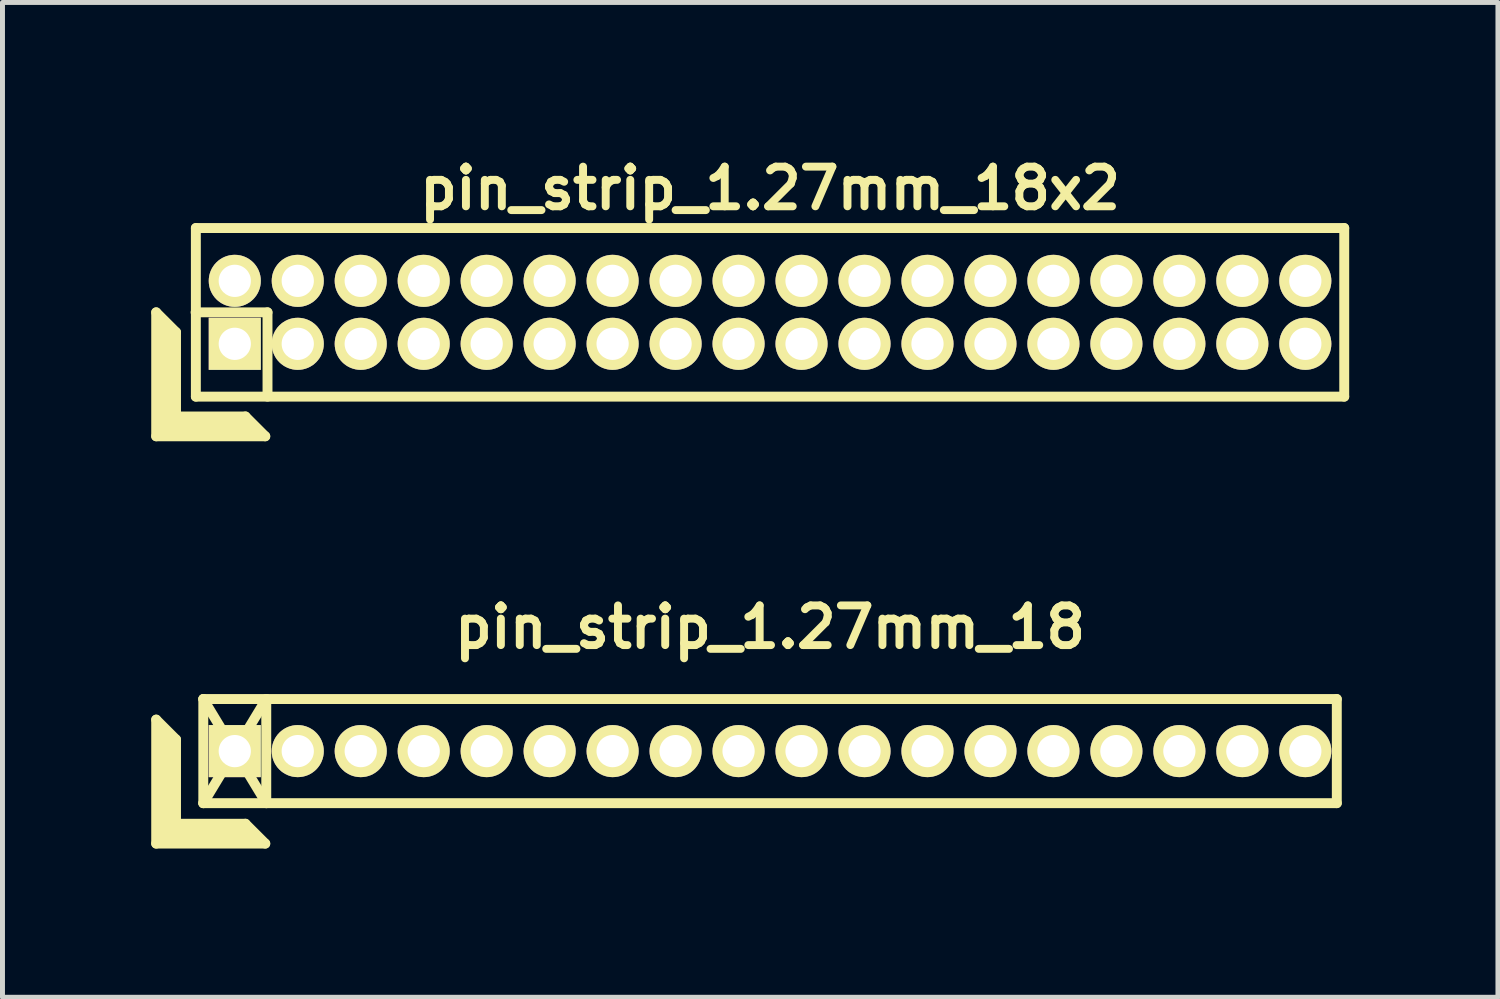
<source format=kicad_pcb>
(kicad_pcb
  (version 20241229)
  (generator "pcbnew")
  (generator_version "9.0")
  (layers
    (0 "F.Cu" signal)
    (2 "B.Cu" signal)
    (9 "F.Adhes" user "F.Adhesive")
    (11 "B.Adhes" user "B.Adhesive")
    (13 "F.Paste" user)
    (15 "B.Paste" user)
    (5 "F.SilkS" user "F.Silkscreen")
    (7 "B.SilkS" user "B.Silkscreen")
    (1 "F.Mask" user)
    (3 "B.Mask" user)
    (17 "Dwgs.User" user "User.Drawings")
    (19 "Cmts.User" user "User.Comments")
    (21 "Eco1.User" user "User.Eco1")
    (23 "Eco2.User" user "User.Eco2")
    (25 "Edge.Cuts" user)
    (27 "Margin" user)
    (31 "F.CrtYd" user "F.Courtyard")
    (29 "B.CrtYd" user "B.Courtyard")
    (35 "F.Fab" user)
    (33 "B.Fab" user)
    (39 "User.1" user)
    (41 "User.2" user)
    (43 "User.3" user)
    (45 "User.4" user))
  (footprint "pin_strip_1.27mm_18"
    (layer "F.Cu")
    (at 12.48 12.098)
    (property "Reference" "pin_strip_1.27mm_18" (at 0 -2.5 0) (layer "F.SilkS") (effects (font (size 0.8 0.8) (thickness 0.16))))
    (attr through_hole)
    (fp_line (start -12.38 -0.635) (end -12.38 1.865) (stroke (width 0.2) (type solid)) (layer "F.SilkS"))
    (fp_line (start -12.38 -0.635) (end -11.98 -0.235) (stroke (width 0.2) (type solid)) (layer "F.SilkS"))
    (fp_line (start -12.38 1.865) (end -10.18 1.865) (stroke (width 0.2) (type solid)) (layer "F.SilkS"))
    (fp_line (start -12.28 1.765) (end -12.28 -0.435) (stroke (width 0.2) (type solid)) (layer "F.SilkS"))
    (fp_line (start -12.28 1.765) (end -10.38 1.765) (stroke (width 0.2) (type solid)) (layer "F.SilkS"))
    (fp_line (start -12.18 1.665) (end -12.18 -0.335) (stroke (width 0.2) (type solid)) (layer "F.SilkS"))
    (fp_line (start -12.18 1.665) (end -10.48 1.665) (stroke (width 0.2) (type solid)) (layer "F.SilkS"))
    (fp_line (start -12.08 1.565) (end -12.08 -0.235) (stroke (width 0.2) (type solid)) (layer "F.SilkS"))
    (fp_line (start -12.08 1.565) (end -10.58 1.565) (stroke (width 0.2) (type solid)) (layer "F.SilkS"))
    (fp_line (start -11.98 1.465) (end -11.98 -0.235) (stroke (width 0.2) (type solid)) (layer "F.SilkS"))
    (fp_line (start -11.98 1.465) (end -10.58 1.465) (stroke (width 0.2) (type solid)) (layer "F.SilkS"))
    (fp_line (start -11.43 -1.05) (end -10.16 1.05) (stroke (width 0.2) (type solid)) (layer "F.SilkS"))
    (fp_line (start -11.43 -1.05) (end 11.43 -1.05) (stroke (width 0.2) (type solid)) (layer "F.SilkS"))
    (fp_line (start -11.43 1.05) (end -11.43 -1.05) (stroke (width 0.2) (type solid)) (layer "F.SilkS"))
    (fp_line (start -11.43 1.05) (end -10.16 -1.05) (stroke (width 0.2) (type solid)) (layer "F.SilkS"))
    (fp_line (start -10.58 1.465) (end -10.18 1.865) (stroke (width 0.2) (type solid)) (layer "F.SilkS"))
    (fp_line (start -10.16 -1.05) (end -10.16 1.05) (stroke (width 0.2) (type solid)) (layer "F.SilkS"))
    (fp_line (start 11.43 -1.05) (end 11.43 1.05) (stroke (width 0.2) (type solid)) (layer "F.SilkS"))
    (fp_line (start 11.43 1.05) (end -11.43 1.05) (stroke (width 0.2) (type solid)) (layer "F.SilkS"))
    (pad "1" thru_hole rect (at -10.795 0) (size 1.05 1.05) (drill 0.65) (layers "*.Cu" "*.Mask" "F.SilkS"))
    (pad "2" thru_hole oval (at -9.525 0) (size 1.05 1.05) (drill 0.65) (layers "*.Cu" "*.Mask" "F.SilkS"))
    (pad "3" thru_hole oval (at -8.255 0) (size 1.05 1.05) (drill 0.65) (layers "*.Cu" "*.Mask" "F.SilkS"))
    (pad "4" thru_hole oval (at -6.985 0) (size 1.05 1.05) (drill 0.65) (layers "*.Cu" "*.Mask" "F.SilkS"))
    (pad "5" thru_hole oval (at -5.715 0) (size 1.05 1.05) (drill 0.65) (layers "*.Cu" "*.Mask" "F.SilkS"))
    (pad "6" thru_hole oval (at -4.445 0) (size 1.05 1.05) (drill 0.65) (layers "*.Cu" "*.Mask" "F.SilkS"))
    (pad "7" thru_hole oval (at -3.175 0) (size 1.05 1.05) (drill 0.65) (layers "*.Cu" "*.Mask" "F.SilkS"))
    (pad "8" thru_hole oval (at -1.905 0) (size 1.05 1.05) (drill 0.65) (layers "*.Cu" "*.Mask" "F.SilkS"))
    (pad "9" thru_hole oval (at -0.635 0) (size 1.05 1.05) (drill 0.65) (layers "*.Cu" "*.Mask" "F.SilkS"))
    (pad "10" thru_hole oval (at 0.635 0) (size 1.05 1.05) (drill 0.65) (layers "*.Cu" "*.Mask" "F.SilkS"))
    (pad "11" thru_hole oval (at 1.905 0) (size 1.05 1.05) (drill 0.65) (layers "*.Cu" "*.Mask" "F.SilkS"))
    (pad "12" thru_hole oval (at 3.175 0) (size 1.05 1.05) (drill 0.65) (layers "*.Cu" "*.Mask" "F.SilkS"))
    (pad "13" thru_hole oval (at 4.445 0) (size 1.05 1.05) (drill 0.65) (layers "*.Cu" "*.Mask" "F.SilkS"))
    (pad "14" thru_hole oval (at 5.715 0) (size 1.05 1.05) (drill 0.65) (layers "*.Cu" "*.Mask" "F.SilkS"))
    (pad "15" thru_hole oval (at 6.985 0) (size 1.05 1.05) (drill 0.65) (layers "*.Cu" "*.Mask" "F.SilkS"))
    (pad "16" thru_hole oval (at 8.255 0) (size 1.05 1.05) (drill 0.65) (layers "*.Cu" "*.Mask" "F.SilkS"))
    (pad "17" thru_hole oval (at 9.525 0) (size 1.05 1.05) (drill 0.65) (layers "*.Cu" "*.Mask" "F.SilkS"))
    (pad "18" thru_hole oval (at 10.795 0) (size 1.05 1.05) (drill 0.65) (layers "*.Cu" "*.Mask" "F.SilkS")))
  (footprint "pin_strip_1.27mm_18x2"
    (layer "F.Cu")
    (at 12.48 3.249)
    (property "Reference" "pin_strip_1.27mm_18x2" (at 0 -2.5 0) (layer "F.SilkS") (effects (font (size 0.8 0.8) (thickness 0.16))))
    (attr through_hole)
    (fp_line (start -12.38 0) (end -12.38 2.5) (stroke (width 0.2) (type solid)) (layer "F.SilkS"))
    (fp_line (start -12.38 0) (end -11.98 0.4) (stroke (width 0.2) (type solid)) (layer "F.SilkS"))
    (fp_line (start -12.38 2.5) (end -10.18 2.5) (stroke (width 0.2) (type solid)) (layer "F.SilkS"))
    (fp_line (start -12.28 2.4) (end -12.28 0.2) (stroke (width 0.2) (type solid)) (layer "F.SilkS"))
    (fp_line (start -12.28 2.4) (end -10.38 2.4) (stroke (width 0.2) (type solid)) (layer "F.SilkS"))
    (fp_line (start -12.18 2.3) (end -12.18 0.3) (stroke (width 0.2) (type solid)) (layer "F.SilkS"))
    (fp_line (start -12.18 2.3) (end -10.48 2.3) (stroke (width 0.2) (type solid)) (layer "F.SilkS"))
    (fp_line (start -12.08 2.2) (end -12.08 0.4) (stroke (width 0.2) (type solid)) (layer "F.SilkS"))
    (fp_line (start -12.08 2.2) (end -10.58 2.2) (stroke (width 0.2) (type solid)) (layer "F.SilkS"))
    (fp_line (start -11.98 2.1) (end -11.98 0.4) (stroke (width 0.2) (type solid)) (layer "F.SilkS"))
    (fp_line (start -11.98 2.1) (end -10.58 2.1) (stroke (width 0.2) (type solid)) (layer "F.SilkS"))
    (fp_line (start -11.585 0) (end -10.135 0) (stroke (width 0.2) (type solid)) (layer "F.SilkS"))
    (fp_line (start -11.58 -1.7) (end 11.58 -1.7) (stroke (width 0.2) (type solid)) (layer "F.SilkS"))
    (fp_line (start -11.58 1.7) (end -11.58 -1.7) (stroke (width 0.2) (type solid)) (layer "F.SilkS"))
    (fp_line (start -10.58 2.1) (end -10.18 2.5) (stroke (width 0.2) (type solid)) (layer "F.SilkS"))
    (fp_line (start -10.135 0) (end -10.135 1.7) (stroke (width 0.2) (type solid)) (layer "F.SilkS"))
    (fp_line (start 11.58 -1.7) (end 11.58 1.7) (stroke (width 0.2) (type solid)) (layer "F.SilkS"))
    (fp_line (start 11.58 1.7) (end -11.58 1.7) (stroke (width 0.2) (type solid)) (layer "F.SilkS"))
    (pad "1" thru_hole rect (at -10.795 0.635) (size 1.05 1.05) (drill 0.65) (layers "*.Cu" "*.Mask" "F.SilkS"))
    (pad "2" thru_hole oval (at -10.795 -0.635) (size 1.05 1.05) (drill 0.65) (layers "*.Cu" "*.Mask" "F.SilkS"))
    (pad "3" thru_hole oval (at -9.525 0.635) (size 1.05 1.05) (drill 0.65) (layers "*.Cu" "*.Mask" "F.SilkS"))
    (pad "4" thru_hole oval (at -9.525 -0.635) (size 1.05 1.05) (drill 0.65) (layers "*.Cu" "*.Mask" "F.SilkS"))
    (pad "5" thru_hole oval (at -8.255 0.635) (size 1.05 1.05) (drill 0.65) (layers "*.Cu" "*.Mask" "F.SilkS"))
    (pad "6" thru_hole oval (at -8.255 -0.635) (size 1.05 1.05) (drill 0.65) (layers "*.Cu" "*.Mask" "F.SilkS"))
    (pad "7" thru_hole oval (at -6.985 0.635) (size 1.05 1.05) (drill 0.65) (layers "*.Cu" "*.Mask" "F.SilkS"))
    (pad "8" thru_hole oval (at -6.985 -0.635) (size 1.05 1.05) (drill 0.65) (layers "*.Cu" "*.Mask" "F.SilkS"))
    (pad "9" thru_hole oval (at -5.715 0.635) (size 1.05 1.05) (drill 0.65) (layers "*.Cu" "*.Mask" "F.SilkS"))
    (pad "10" thru_hole oval (at -5.715 -0.635) (size 1.05 1.05) (drill 0.65) (layers "*.Cu" "*.Mask" "F.SilkS"))
    (pad "11" thru_hole oval (at -4.445 0.635) (size 1.05 1.05) (drill 0.65) (layers "*.Cu" "*.Mask" "F.SilkS"))
    (pad "12" thru_hole oval (at -4.445 -0.635) (size 1.05 1.05) (drill 0.65) (layers "*.Cu" "*.Mask" "F.SilkS"))
    (pad "13" thru_hole oval (at -3.175 0.635) (size 1.05 1.05) (drill 0.65) (layers "*.Cu" "*.Mask" "F.SilkS"))
    (pad "14" thru_hole oval (at -3.175 -0.635) (size 1.05 1.05) (drill 0.65) (layers "*.Cu" "*.Mask" "F.SilkS"))
    (pad "15" thru_hole oval (at -1.905 0.635) (size 1.05 1.05) (drill 0.65) (layers "*.Cu" "*.Mask" "F.SilkS"))
    (pad "16" thru_hole oval (at -1.905 -0.635) (size 1.05 1.05) (drill 0.65) (layers "*.Cu" "*.Mask" "F.SilkS"))
    (pad "17" thru_hole oval (at -0.635 0.635) (size 1.05 1.05) (drill 0.65) (layers "*.Cu" "*.Mask" "F.SilkS"))
    (pad "18" thru_hole oval (at -0.635 -0.635) (size 1.05 1.05) (drill 0.65) (layers "*.Cu" "*.Mask" "F.SilkS"))
    (pad "19" thru_hole oval (at 0.635 0.635) (size 1.05 1.05) (drill 0.65) (layers "*.Cu" "*.Mask" "F.SilkS"))
    (pad "20" thru_hole oval (at 0.635 -0.635) (size 1.05 1.05) (drill 0.65) (layers "*.Cu" "*.Mask" "F.SilkS"))
    (pad "21" thru_hole oval (at 1.905 0.635) (size 1.05 1.05) (drill 0.65) (layers "*.Cu" "*.Mask" "F.SilkS"))
    (pad "22" thru_hole oval (at 1.905 -0.635) (size 1.05 1.05) (drill 0.65) (layers "*.Cu" "*.Mask" "F.SilkS"))
    (pad "23" thru_hole oval (at 3.175 0.635) (size 1.05 1.05) (drill 0.65) (layers "*.Cu" "*.Mask" "F.SilkS"))
    (pad "24" thru_hole oval (at 3.175 -0.635) (size 1.05 1.05) (drill 0.65) (layers "*.Cu" "*.Mask" "F.SilkS"))
    (pad "25" thru_hole oval (at 4.445 0.635) (size 1.05 1.05) (drill 0.65) (layers "*.Cu" "*.Mask" "F.SilkS"))
    (pad "26" thru_hole oval (at 4.445 -0.635) (size 1.05 1.05) (drill 0.65) (layers "*.Cu" "*.Mask" "F.SilkS"))
    (pad "27" thru_hole oval (at 5.715 0.635) (size 1.05 1.05) (drill 0.65) (layers "*.Cu" "*.Mask" "F.SilkS"))
    (pad "28" thru_hole oval (at 5.715 -0.635) (size 1.05 1.05) (drill 0.65) (layers "*.Cu" "*.Mask" "F.SilkS"))
    (pad "29" thru_hole oval (at 6.985 0.635) (size 1.05 1.05) (drill 0.65) (layers "*.Cu" "*.Mask" "F.SilkS"))
    (pad "30" thru_hole oval (at 6.985 -0.635) (size 1.05 1.05) (drill 0.65) (layers "*.Cu" "*.Mask" "F.SilkS"))
    (pad "31" thru_hole oval (at 8.255 0.635) (size 1.05 1.05) (drill 0.65) (layers "*.Cu" "*.Mask" "F.SilkS"))
    (pad "32" thru_hole oval (at 8.255 -0.635) (size 1.05 1.05) (drill 0.65) (layers "*.Cu" "*.Mask" "F.SilkS"))
    (pad "33" thru_hole oval (at 9.525 0.635) (size 1.05 1.05) (drill 0.65) (layers "*.Cu" "*.Mask" "F.SilkS"))
    (pad "34" thru_hole oval (at 9.525 -0.635) (size 1.05 1.05) (drill 0.65) (layers "*.Cu" "*.Mask" "F.SilkS"))
    (pad "35" thru_hole oval (at 10.795 0.635) (size 1.05 1.05) (drill 0.65) (layers "*.Cu" "*.Mask" "F.SilkS"))
    (pad "36" thru_hole oval (at 10.795 -0.635) (size 1.05 1.05) (drill 0.65) (layers "*.Cu" "*.Mask" "F.SilkS")))
  (gr_rect
    (start -3 -3)
    (end 27.16 17.063)
    (stroke (width 0.1) (type default))
    (fill no)
    (layer "Edge.Cuts")))
</source>
